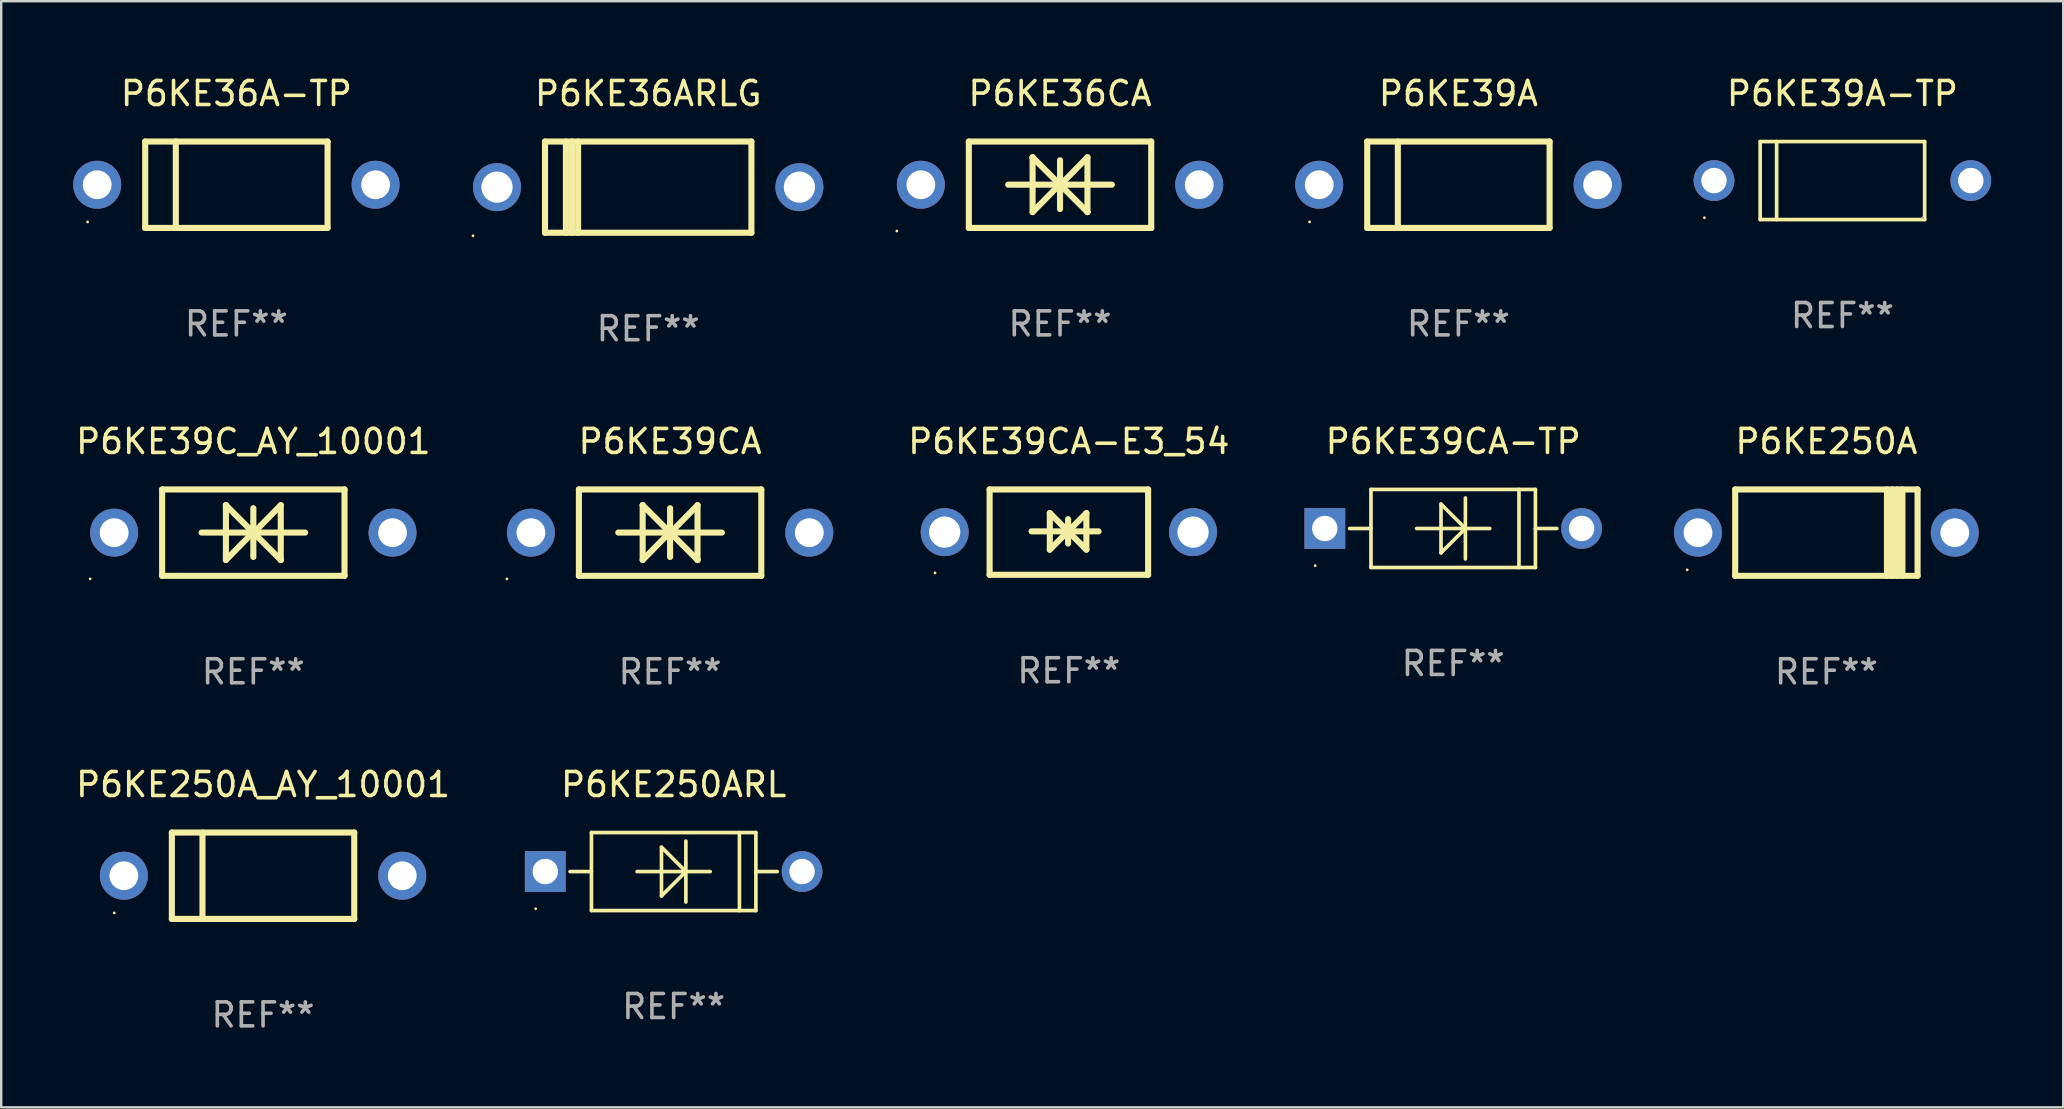
<source format=kicad_pcb>
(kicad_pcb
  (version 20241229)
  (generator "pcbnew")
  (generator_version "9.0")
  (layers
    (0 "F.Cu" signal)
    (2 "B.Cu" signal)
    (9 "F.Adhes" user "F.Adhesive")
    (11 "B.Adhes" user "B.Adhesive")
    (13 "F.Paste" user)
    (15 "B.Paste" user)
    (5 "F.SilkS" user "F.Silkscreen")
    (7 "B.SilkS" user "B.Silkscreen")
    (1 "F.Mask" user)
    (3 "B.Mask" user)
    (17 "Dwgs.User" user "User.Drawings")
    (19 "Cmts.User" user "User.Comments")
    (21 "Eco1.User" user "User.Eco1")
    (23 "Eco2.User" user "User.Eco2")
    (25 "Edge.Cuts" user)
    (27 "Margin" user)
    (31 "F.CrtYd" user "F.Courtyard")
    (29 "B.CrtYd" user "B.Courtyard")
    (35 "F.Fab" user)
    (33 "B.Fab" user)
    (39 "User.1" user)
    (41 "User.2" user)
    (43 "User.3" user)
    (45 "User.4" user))
  (footprint "P6KE39CA-E3_54"
    (layer "F.Cu")
    (at 41.488 19.123)
    (property "Reference" "P6KE39CA-E3_54" (at 0 -3.778 0) (layer "F.SilkS") (effects (font (size 1 1) (thickness 0.15))))
    (attr through_hole)
    (fp_line (start -3.302 -1.778) (end -3.302 1.778) (stroke (width 0.254) (type solid)) (layer "F.SilkS"))
    (fp_line (start -3.302 1.778) (end 3.302 1.778) (stroke (width 0.254) (type solid)) (layer "F.SilkS"))
    (fp_line (start -1.556 -0.032) (end 1.238 -0.032) (stroke (width 0.254) (type solid)) (layer "F.SilkS"))
    (fp_line (start -0.794 -0.794) (end 0.73 0.73) (stroke (width 0.254) (type solid)) (layer "F.SilkS"))
    (fp_line (start -0.794 0.73) (end -0.794 -0.794) (stroke (width 0.254) (type solid)) (layer "F.SilkS"))
    (fp_line (start -0.032 -0.54) (end -0.032 0.476) (stroke (width 0.254) (type solid)) (layer "F.SilkS"))
    (fp_line (start 0.73 -0.794) (end -0.794 0.73) (stroke (width 0.254) (type solid)) (layer "F.SilkS"))
    (fp_line (start 0.73 0.73) (end 0.73 -0.794) (stroke (width 0.254) (type solid)) (layer "F.SilkS"))
    (fp_line (start 3.302 -1.778) (end -3.302 -1.778) (stroke (width 0.254) (type solid)) (layer "F.SilkS"))
    (fp_line (start 3.302 1.778) (end 3.302 -1.778) (stroke (width 0.254) (type solid)) (layer "F.SilkS"))
    (fp_circle (center -5.576 1.7) (end -5.546 1.7) (stroke (width 0.06) (type solid)) (fill no) (layer "F.SilkS"))
    (fp_text user "REF**" (at 0 5.778 0) (layer "F.Fab") (effects (font (size 1 1) (thickness 0.15))))
    (pad "1" thru_hole circle (at -5.175 0) (size 2 2) (drill 1.3) (layers "*.Cu" "*.Mask"))
    (pad "2" thru_hole circle (at 5.175 0) (size 2 2) (drill 1.3) (layers "*.Cu" "*.Mask")))
  (footprint "P6KE250A"
    (layer "F.Cu")
    (at 73.053 19.145)
    (property "Reference" "P6KE250A" (at 0 -3.8 0) (layer "F.SilkS") (effects (font (size 1 1) (thickness 0.15))))
    (attr through_hole)
    (fp_line (start -3.8 1.8) (end -3.8 -1.8) (stroke (width 0.254) (type solid)) (layer "F.SilkS"))
    (fp_line (start 2.524 1.8) (end 2.524 -1.8) (stroke (width 0.254) (type solid)) (layer "F.SilkS"))
    (fp_line (start 2.75 1.8) (end 2.75 -1.8) (stroke (width 0.254) (type solid)) (layer "F.SilkS"))
    (fp_line (start 2.95 -1.8) (end 2.95 1.8) (stroke (width 0.254) (type solid)) (layer "F.SilkS"))
    (fp_line (start 3.168 -1.8) (end 3.168 1.8) (stroke (width 0.254) (type solid)) (layer "F.SilkS"))
    (fp_line (start 3.8 1.8) (end -3.8 1.8) (stroke (width 0.254) (type solid)) (layer "F.SilkS"))
    (fp_line (start 3.8 1.8) (end 3.8 -1.8) (stroke (width 0.254) (type solid)) (layer "F.SilkS"))
    (fp_line (start 3.8 -1.8) (end -3.8 -1.8) (stroke (width 0.254) (type solid)) (layer "F.SilkS"))
    (fp_circle (center -5.8 1.55) (end -5.77 1.55) (stroke (width 0.06) (type solid)) (fill no) (layer "F.SilkS"))
    (fp_text user "REF**" (at 0 5.8 0) (layer "F.Fab") (effects (font (size 1 1) (thickness 0.15))))
    (pad "1" thru_hole circle (at -5.35 0) (size 2 2) (drill 1.2) (layers "*.Cu" "*.Mask"))
    (pad "2" thru_hole circle (at 5.35 0) (size 2 2) (drill 1.2) (layers "*.Cu" "*.Mask")))
  (footprint "P6KE36A-TP"
    (layer "F.Cu")
    (at 6.8 4.648)
    (property "Reference" "P6KE36A-TP" (at 0 -3.8 0) (layer "F.SilkS") (effects (font (size 1 1) (thickness 0.15))))
    (attr through_hole)
    (fp_line (start -3.8 -1.8) (end -3.8 1.8) (stroke (width 0.254) (type solid)) (layer "F.SilkS"))
    (fp_line (start -3.8 -1.8) (end 3.8 -1.8) (stroke (width 0.254) (type solid)) (layer "F.SilkS"))
    (fp_line (start -3.8 1.8) (end 3.8 1.8) (stroke (width 0.254) (type solid)) (layer "F.SilkS"))
    (fp_line (start -2.524 -1.8) (end -2.524 1.8) (stroke (width 0.254) (type solid)) (layer "F.SilkS"))
    (fp_line (start 3.8 -1.8) (end 3.8 1.8) (stroke (width 0.254) (type solid)) (layer "F.SilkS"))
    (fp_circle (center -6.2 1.55) (end -6.17 1.55) (stroke (width 0.06) (type solid)) (fill no) (layer "F.SilkS"))
    (fp_text user "REF**" (at 0 5.8 0) (layer "F.Fab") (effects (font (size 1 1) (thickness 0.15))))
    (pad "1" thru_hole circle (at -5.8 0) (size 2 2) (drill 1.2) (layers "*.Cu" "*.Mask"))
    (pad "2" thru_hole circle (at 5.8 0) (size 2 2) (drill 1.2) (layers "*.Cu" "*.Mask")))
  (footprint "P6KE250A_AY_10001"
    (layer "F.Cu")
    (at 7.911 33.441)
    (property "Reference" "P6KE250A_AY_10001" (at 0 -3.8 0) (layer "F.SilkS") (effects (font (size 1 1) (thickness 0.15))))
    (attr through_hole)
    (fp_line (start -3.8 -1.8) (end -3.8 1.8) (stroke (width 0.254) (type solid)) (layer "F.SilkS"))
    (fp_line (start -3.8 -1.8) (end 3.8 -1.8) (stroke (width 0.254) (type solid)) (layer "F.SilkS"))
    (fp_line (start -3.8 1.8) (end 3.8 1.8) (stroke (width 0.254) (type solid)) (layer "F.SilkS"))
    (fp_line (start -2.524 -1.8) (end -2.524 1.8) (stroke (width 0.254) (type solid)) (layer "F.SilkS"))
    (fp_line (start 3.8 -1.8) (end 3.8 1.8) (stroke (width 0.254) (type solid)) (layer "F.SilkS"))
    (fp_circle (center -6.2 1.55) (end -6.17 1.55) (stroke (width 0.06) (type solid)) (fill no) (layer "F.SilkS"))
    (fp_text user "REF**" (at 0 5.8 0) (layer "F.Fab") (effects (font (size 1 1) (thickness 0.15))))
    (pad "1" thru_hole circle (at -5.8 0) (size 2 2) (drill 1.2) (layers "*.Cu" "*.Mask"))
    (pad "2" thru_hole circle (at 5.8 0) (size 2 2) (drill 1.2) (layers "*.Cu" "*.Mask")))
  (footprint "P6KE39C_AY_10001"
    (layer "F.Cu")
    (at 7.506 19.145)
    (property "Reference" "P6KE39C_AY_10001" (at 0 -3.8 0) (layer "F.SilkS") (effects (font (size 1 1) (thickness 0.15))))
    (attr through_hole)
    (fp_line (start -3.8 -1.8) (end -3.8 1.8) (stroke (width 0.254) (type solid)) (layer "F.SilkS"))
    (fp_line (start -3.8 -1.8) (end 3.8 -1.8) (stroke (width 0.254) (type solid)) (layer "F.SilkS"))
    (fp_line (start -3.8 1.8) (end 3.8 1.8) (stroke (width 0.254) (type solid)) (layer "F.SilkS"))
    (fp_line (start -2.159 -0.003) (end 2.159 -0.003) (stroke (width 0.254) (type solid)) (layer "F.SilkS"))
    (fp_line (start -1.143 -1.146) (end -1.143 1.14) (stroke (width 0.254) (type solid)) (layer "F.SilkS"))
    (fp_line (start -1.143 -1.143) (end -1.143 -1.146) (stroke (width 0.254) (type solid)) (layer "F.SilkS"))
    (fp_line (start 0 -1.019) (end 0 1.013) (stroke (width 0.254) (type solid)) (layer "F.SilkS"))
    (fp_line (start 0 -0.026) (end -1.143 1.14) (stroke (width 0.254) (type solid)) (layer "F.SilkS"))
    (fp_line (start 0 -0.006) (end 1.143 1.137) (stroke (width 0.254) (type solid)) (layer "F.SilkS"))
    (fp_line (start 0 0) (end -1.143 -1.143) (stroke (width 0.254) (type solid)) (layer "F.SilkS"))
    (fp_line (start 0 0.02) (end 1.143 -1.146) (stroke (width 0.254) (type solid)) (layer "F.SilkS"))
    (fp_line (start 1.143 1.137) (end 1.143 1.14) (stroke (width 0.254) (type solid)) (layer "F.SilkS"))
    (fp_line (start 1.143 1.14) (end 1.143 -1.146) (stroke (width 0.254) (type solid)) (layer "F.SilkS"))
    (fp_line (start 3.8 -1.8) (end 3.8 1.8) (stroke (width 0.254) (type solid)) (layer "F.SilkS"))
    (fp_circle (center -6.8 1.927) (end -6.77 1.927) (stroke (width 0.06) (type solid)) (fill no) (layer "F.SilkS"))
    (fp_text user "REF**" (at 0 5.8 0) (layer "F.Fab") (effects (font (size 1 1) (thickness 0.15))))
    (pad "1" thru_hole circle (at -5.8 0) (size 2 2) (drill 1.2) (layers "*.Cu" "*.Mask"))
    (pad "2" thru_hole circle (at 5.8 0) (size 2 2) (drill 1.2) (layers "*.Cu" "*.Mask")))
  (footprint "P6KE39CA-TP"
    (layer "F.Cu")
    (at 57.503 18.971)
    (property "Reference" "P6KE39CA-TP" (at 0 -3.626 0) (layer "F.SilkS") (effects (font (size 1 1) (thickness 0.15))))
    (attr through_hole)
    (fp_line (start -3.436 0) (end -4.318 0) (stroke (width 0.152) (type solid)) (layer "F.SilkS"))
    (fp_line (start -3.426 -0.01) (end -3.436 0) (stroke (width 0.152) (type solid)) (layer "F.SilkS"))
    (fp_line (start -3.426 -1.626) (end 3.426 -1.626) (stroke (width 0.152) (type solid)) (layer "F.SilkS"))
    (fp_line (start -3.426 1.626) (end -3.426 -1.626) (stroke (width 0.152) (type solid)) (layer "F.SilkS"))
    (fp_line (start -0.508 -1.016) (end 0.508 0) (stroke (width 0.152) (type solid)) (layer "F.SilkS"))
    (fp_line (start -0.508 1.016) (end -0.508 -1.016) (stroke (width 0.152) (type solid)) (layer "F.SilkS"))
    (fp_line (start 0.508 0) (end -0.508 1.016) (stroke (width 0.152) (type solid)) (layer "F.SilkS"))
    (fp_line (start 0.508 1.27) (end 0.508 -1.27) (stroke (width 0.152) (type solid)) (layer "F.SilkS"))
    (fp_line (start 1.524 0) (end -1.524 0) (stroke (width 0.152) (type solid)) (layer "F.SilkS"))
    (fp_line (start 2.741 1.626) (end 2.741 -1.626) (stroke (width 0.152) (type solid)) (layer "F.SilkS"))
    (fp_line (start 3.426 -1.626) (end 3.426 1.626) (stroke (width 0.152) (type solid)) (layer "F.SilkS"))
    (fp_line (start 3.426 0.01) (end 3.436 0) (stroke (width 0.152) (type solid)) (layer "F.SilkS"))
    (fp_line (start 3.426 1.626) (end -3.426 1.626) (stroke (width 0.152) (type solid)) (layer "F.SilkS"))
    (fp_line (start 3.436 0) (end 4.318 0) (stroke (width 0.152) (type solid)) (layer "F.SilkS"))
    (fp_circle (center -5.75 1.55) (end -5.72 1.55) (stroke (width 0.06) (type solid)) (fill no) (layer "F.SilkS"))
    (fp_text user "REF**" (at 0 5.626 0) (layer "F.Fab") (effects (font (size 1 1) (thickness 0.15))))
    (pad "1" thru_hole rect (at -5.35 0) (size 1.7 1.7) (drill 1.06) (layers "*.Cu" "*.Mask"))
    (pad "2" thru_hole circle (at 5.35 0) (size 1.7 1.7) (drill 1.06) (layers "*.Cu" "*.Mask")))
  (footprint "P6KE39A-TP"
    (layer "F.Cu")
    (at 73.721 4.474)
    (property "Reference" "P6KE39A-TP" (at 0 -3.626 0) (layer "F.SilkS") (effects (font (size 1 1) (thickness 0.15))))
    (attr through_hole)
    (fp_line (start -3.426 -1.626) (end 3.426 -1.626) (stroke (width 0.152) (type solid)) (layer "F.SilkS"))
    (fp_line (start -3.426 1.626) (end -3.426 -1.626) (stroke (width 0.152) (type solid)) (layer "F.SilkS"))
    (fp_line (start -2.741 -1.626) (end -2.741 1.626) (stroke (width 0.152) (type solid)) (layer "F.SilkS"))
    (fp_line (start 3.426 -1.626) (end 3.426 1.626) (stroke (width 0.152) (type solid)) (layer "F.SilkS"))
    (fp_line (start 3.426 1.626) (end -3.426 1.626) (stroke (width 0.152) (type solid)) (layer "F.SilkS"))
    (fp_circle (center -5.75 1.55) (end -5.72 1.55) (stroke (width 0.06) (type solid)) (fill no) (layer "F.SilkS"))
    (fp_circle (center 3.35 1.55) (end 3.38 1.55) (stroke (width 0.06) (type solid)) (fill no) (layer "F.Fab"))
    (fp_text user "REF**" (at 0 5.626 0) (layer "F.Fab") (effects (font (size 1 1) (thickness 0.15))))
    (pad "1" thru_hole circle (at -5.35 -0.000013) (size 1.7 1.7) (drill 1.06) (layers "*.Cu" "*.Mask"))
    (pad "2" thru_hole circle (at 5.35 -0.000013) (size 1.7 1.7) (drill 1.06) (layers "*.Cu" "*.Mask")))
  (footprint "P6KE36ARLG"
    (layer "F.Cu")
    (at 23.96 4.748)
    (property "Reference" "P6KE36ARLG" (at 0 -3.9 0) (layer "F.SilkS") (effects (font (size 1 1) (thickness 0.15))))
    (attr through_hole)
    (fp_line (start -4.3 -1.9) (end 4.3 -1.9) (stroke (width 0.254) (type solid)) (layer "F.SilkS"))
    (fp_line (start -4.3 1.9) (end -4.3 -1.9) (stroke (width 0.254) (type solid)) (layer "F.SilkS"))
    (fp_line (start -3.429 1.9) (end -3.429 -1.9) (stroke (width 0.254) (type solid)) (layer "F.SilkS"))
    (fp_line (start -3.175 1.9) (end -3.175 -1.9) (stroke (width 0.254) (type solid)) (layer "F.SilkS"))
    (fp_line (start -2.921 1.9) (end -2.921 -1.9) (stroke (width 0.254) (type solid)) (layer "F.SilkS"))
    (fp_line (start 4.3 -1.9) (end 4.3 1.9) (stroke (width 0.254) (type solid)) (layer "F.SilkS"))
    (fp_line (start 4.3 1.9) (end -4.3 1.9) (stroke (width 0.254) (type solid)) (layer "F.SilkS"))
    (fp_circle (center -7.3 2.027) (end -7.27 2.027) (stroke (width 0.06) (type solid)) (fill no) (layer "F.SilkS"))
    (fp_text user "REF**" (at 0 5.9 0) (layer "F.Fab") (effects (font (size 1 1) (thickness 0.15))))
    (pad "1" thru_hole circle (at -6.3 0) (size 2 2) (drill 1.3) (layers "*.Cu" "*.Mask"))
    (pad "2" thru_hole circle (at 6.3 0) (size 2 2) (drill 1.3) (layers "*.Cu" "*.Mask")))
  (footprint "P6KE36CA"
    (layer "F.Cu")
    (at 41.12 4.648)
    (property "Reference" "P6KE36CA" (at 0 -3.8 0) (layer "F.SilkS") (effects (font (size 1 1) (thickness 0.15))))
    (attr through_hole)
    (fp_line (start -3.8 -1.8) (end -3.8 1.8) (stroke (width 0.254) (type solid)) (layer "F.SilkS"))
    (fp_line (start -3.8 -1.8) (end 3.8 -1.8) (stroke (width 0.254) (type solid)) (layer "F.SilkS"))
    (fp_line (start -3.8 1.8) (end 3.8 1.8) (stroke (width 0.254) (type solid)) (layer "F.SilkS"))
    (fp_line (start -2.159 -0.003) (end 2.159 -0.003) (stroke (width 0.254) (type solid)) (layer "F.SilkS"))
    (fp_line (start -1.143 -1.146) (end -1.143 1.14) (stroke (width 0.254) (type solid)) (layer "F.SilkS"))
    (fp_line (start -1.143 -1.143) (end -1.143 -1.146) (stroke (width 0.254) (type solid)) (layer "F.SilkS"))
    (fp_line (start 0 -1.019) (end 0 1.013) (stroke (width 0.254) (type solid)) (layer "F.SilkS"))
    (fp_line (start 0 -0.026) (end -1.143 1.14) (stroke (width 0.254) (type solid)) (layer "F.SilkS"))
    (fp_line (start 0 -0.006) (end 1.143 1.137) (stroke (width 0.254) (type solid)) (layer "F.SilkS"))
    (fp_line (start 0 0) (end -1.143 -1.143) (stroke (width 0.254) (type solid)) (layer "F.SilkS"))
    (fp_line (start 0 0.02) (end 1.143 -1.146) (stroke (width 0.254) (type solid)) (layer "F.SilkS"))
    (fp_line (start 1.143 1.137) (end 1.143 1.14) (stroke (width 0.254) (type solid)) (layer "F.SilkS"))
    (fp_line (start 1.143 1.14) (end 1.143 -1.146) (stroke (width 0.254) (type solid)) (layer "F.SilkS"))
    (fp_line (start 3.8 -1.8) (end 3.8 1.8) (stroke (width 0.254) (type solid)) (layer "F.SilkS"))
    (fp_circle (center -6.8 1.927) (end -6.77 1.927) (stroke (width 0.06) (type solid)) (fill no) (layer "F.SilkS"))
    (fp_text user "REF**" (at 0 5.8 0) (layer "F.Fab") (effects (font (size 1 1) (thickness 0.15))))
    (pad "1" thru_hole circle (at -5.8 0) (size 2 2) (drill 1.2) (layers "*.Cu" "*.Mask"))
    (pad "2" thru_hole circle (at 5.8 0) (size 2 2) (drill 1.2) (layers "*.Cu" "*.Mask")))
  (footprint "P6KE39A"
    (layer "F.Cu")
    (at 57.72 4.648)
    (property "Reference" "P6KE39A" (at 0 -3.8 0) (layer "F.SilkS") (effects (font (size 1 1) (thickness 0.15))))
    (attr through_hole)
    (fp_line (start -3.8 -1.8) (end -3.8 1.8) (stroke (width 0.254) (type solid)) (layer "F.SilkS"))
    (fp_line (start -3.8 -1.8) (end 3.8 -1.8) (stroke (width 0.254) (type solid)) (layer "F.SilkS"))
    (fp_line (start -3.8 1.8) (end 3.8 1.8) (stroke (width 0.254) (type solid)) (layer "F.SilkS"))
    (fp_line (start -2.524 -1.8) (end -2.524 1.8) (stroke (width 0.254) (type solid)) (layer "F.SilkS"))
    (fp_line (start 3.8 -1.8) (end 3.8 1.8) (stroke (width 0.254) (type solid)) (layer "F.SilkS"))
    (fp_circle (center -6.2 1.55) (end -6.17 1.55) (stroke (width 0.06) (type solid)) (fill no) (layer "F.SilkS"))
    (fp_text user "REF**" (at 0 5.8 0) (layer "F.Fab") (effects (font (size 1 1) (thickness 0.15))))
    (pad "1" thru_hole circle (at -5.8 0) (size 2 2) (drill 1.2) (layers "*.Cu" "*.Mask"))
    (pad "2" thru_hole circle (at 5.8 0) (size 2 2) (drill 1.2) (layers "*.Cu" "*.Mask")))
  (footprint "P6KE39CA"
    (layer "F.Cu")
    (at 24.872 19.145)
    (property "Reference" "P6KE39CA" (at 0 -3.8 0) (layer "F.SilkS") (effects (font (size 1 1) (thickness 0.15))))
    (attr through_hole)
    (fp_line (start -3.8 -1.8) (end -3.8 1.8) (stroke (width 0.254) (type solid)) (layer "F.SilkS"))
    (fp_line (start -3.8 -1.8) (end 3.8 -1.8) (stroke (width 0.254) (type solid)) (layer "F.SilkS"))
    (fp_line (start -3.8 1.8) (end 3.8 1.8) (stroke (width 0.254) (type solid)) (layer "F.SilkS"))
    (fp_line (start -2.159 -0.003) (end 2.159 -0.003) (stroke (width 0.254) (type solid)) (layer "F.SilkS"))
    (fp_line (start -1.143 -1.146) (end -1.143 1.14) (stroke (width 0.254) (type solid)) (layer "F.SilkS"))
    (fp_line (start -1.143 -1.143) (end -1.143 -1.146) (stroke (width 0.254) (type solid)) (layer "F.SilkS"))
    (fp_line (start 0 -1.019) (end 0 1.013) (stroke (width 0.254) (type solid)) (layer "F.SilkS"))
    (fp_line (start 0 -0.026) (end -1.143 1.14) (stroke (width 0.254) (type solid)) (layer "F.SilkS"))
    (fp_line (start 0 -0.006) (end 1.143 1.137) (stroke (width 0.254) (type solid)) (layer "F.SilkS"))
    (fp_line (start 0 0) (end -1.143 -1.143) (stroke (width 0.254) (type solid)) (layer "F.SilkS"))
    (fp_line (start 0 0.02) (end 1.143 -1.146) (stroke (width 0.254) (type solid)) (layer "F.SilkS"))
    (fp_line (start 1.143 1.137) (end 1.143 1.14) (stroke (width 0.254) (type solid)) (layer "F.SilkS"))
    (fp_line (start 1.143 1.14) (end 1.143 -1.146) (stroke (width 0.254) (type solid)) (layer "F.SilkS"))
    (fp_line (start 3.8 -1.8) (end 3.8 1.8) (stroke (width 0.254) (type solid)) (layer "F.SilkS"))
    (fp_circle (center -6.8 1.927) (end -6.77 1.927) (stroke (width 0.06) (type solid)) (fill no) (layer "F.SilkS"))
    (fp_text user "REF**" (at 0 5.8 0) (layer "F.Fab") (effects (font (size 1 1) (thickness 0.15))))
    (pad "1" thru_hole circle (at -5.8 0) (size 2 2) (drill 1.2) (layers "*.Cu" "*.Mask"))
    (pad "2" thru_hole circle (at 5.8 0) (size 2 2) (drill 1.2) (layers "*.Cu" "*.Mask")))
  (footprint "P6KE250ARL"
    (layer "F.Cu")
    (at 25.021 33.267)
    (property "Reference" "P6KE250ARL" (at 0 -3.626 0) (layer "F.SilkS") (effects (font (size 1 1) (thickness 0.15))))
    (attr through_hole)
    (fp_line (start -3.436 0) (end -4.318 0) (stroke (width 0.152) (type solid)) (layer "F.SilkS"))
    (fp_line (start -3.426 -0.01) (end -3.436 0) (stroke (width 0.152) (type solid)) (layer "F.SilkS"))
    (fp_line (start -3.426 -1.626) (end 3.426 -1.626) (stroke (width 0.152) (type solid)) (layer "F.SilkS"))
    (fp_line (start -3.426 1.626) (end -3.426 -1.626) (stroke (width 0.152) (type solid)) (layer "F.SilkS"))
    (fp_line (start -0.508 -1.016) (end 0.508 0) (stroke (width 0.152) (type solid)) (layer "F.SilkS"))
    (fp_line (start -0.508 1.016) (end -0.508 -1.016) (stroke (width 0.152) (type solid)) (layer "F.SilkS"))
    (fp_line (start 0.508 0) (end -0.508 1.016) (stroke (width 0.152) (type solid)) (layer "F.SilkS"))
    (fp_line (start 0.508 1.27) (end 0.508 -1.27) (stroke (width 0.152) (type solid)) (layer "F.SilkS"))
    (fp_line (start 1.524 0) (end -1.524 0) (stroke (width 0.152) (type solid)) (layer "F.SilkS"))
    (fp_line (start 2.741 1.626) (end 2.741 -1.626) (stroke (width 0.152) (type solid)) (layer "F.SilkS"))
    (fp_line (start 3.426 -1.626) (end 3.426 1.626) (stroke (width 0.152) (type solid)) (layer "F.SilkS"))
    (fp_line (start 3.426 0.01) (end 3.436 0) (stroke (width 0.152) (type solid)) (layer "F.SilkS"))
    (fp_line (start 3.426 1.626) (end -3.426 1.626) (stroke (width 0.152) (type solid)) (layer "F.SilkS"))
    (fp_line (start 3.436 0) (end 4.318 0) (stroke (width 0.152) (type solid)) (layer "F.SilkS"))
    (fp_circle (center -5.75 1.55) (end -5.72 1.55) (stroke (width 0.06) (type solid)) (fill no) (layer "F.SilkS"))
    (fp_text user "REF**" (at 0 5.626 0) (layer "F.Fab") (effects (font (size 1 1) (thickness 0.15))))
    (pad "1" thru_hole rect (at -5.35 0) (size 1.7 1.7) (drill 1.06) (layers "*.Cu" "*.Mask"))
    (pad "2" thru_hole circle (at 5.35 0) (size 1.7 1.7) (drill 1.06) (layers "*.Cu" "*.Mask")))
  (gr_rect
    (start -3 -3)
    (end 82.921 43.09)
    (stroke (width 0.1) (type default))
    (fill no)
    (layer "Edge.Cuts")))
</source>
